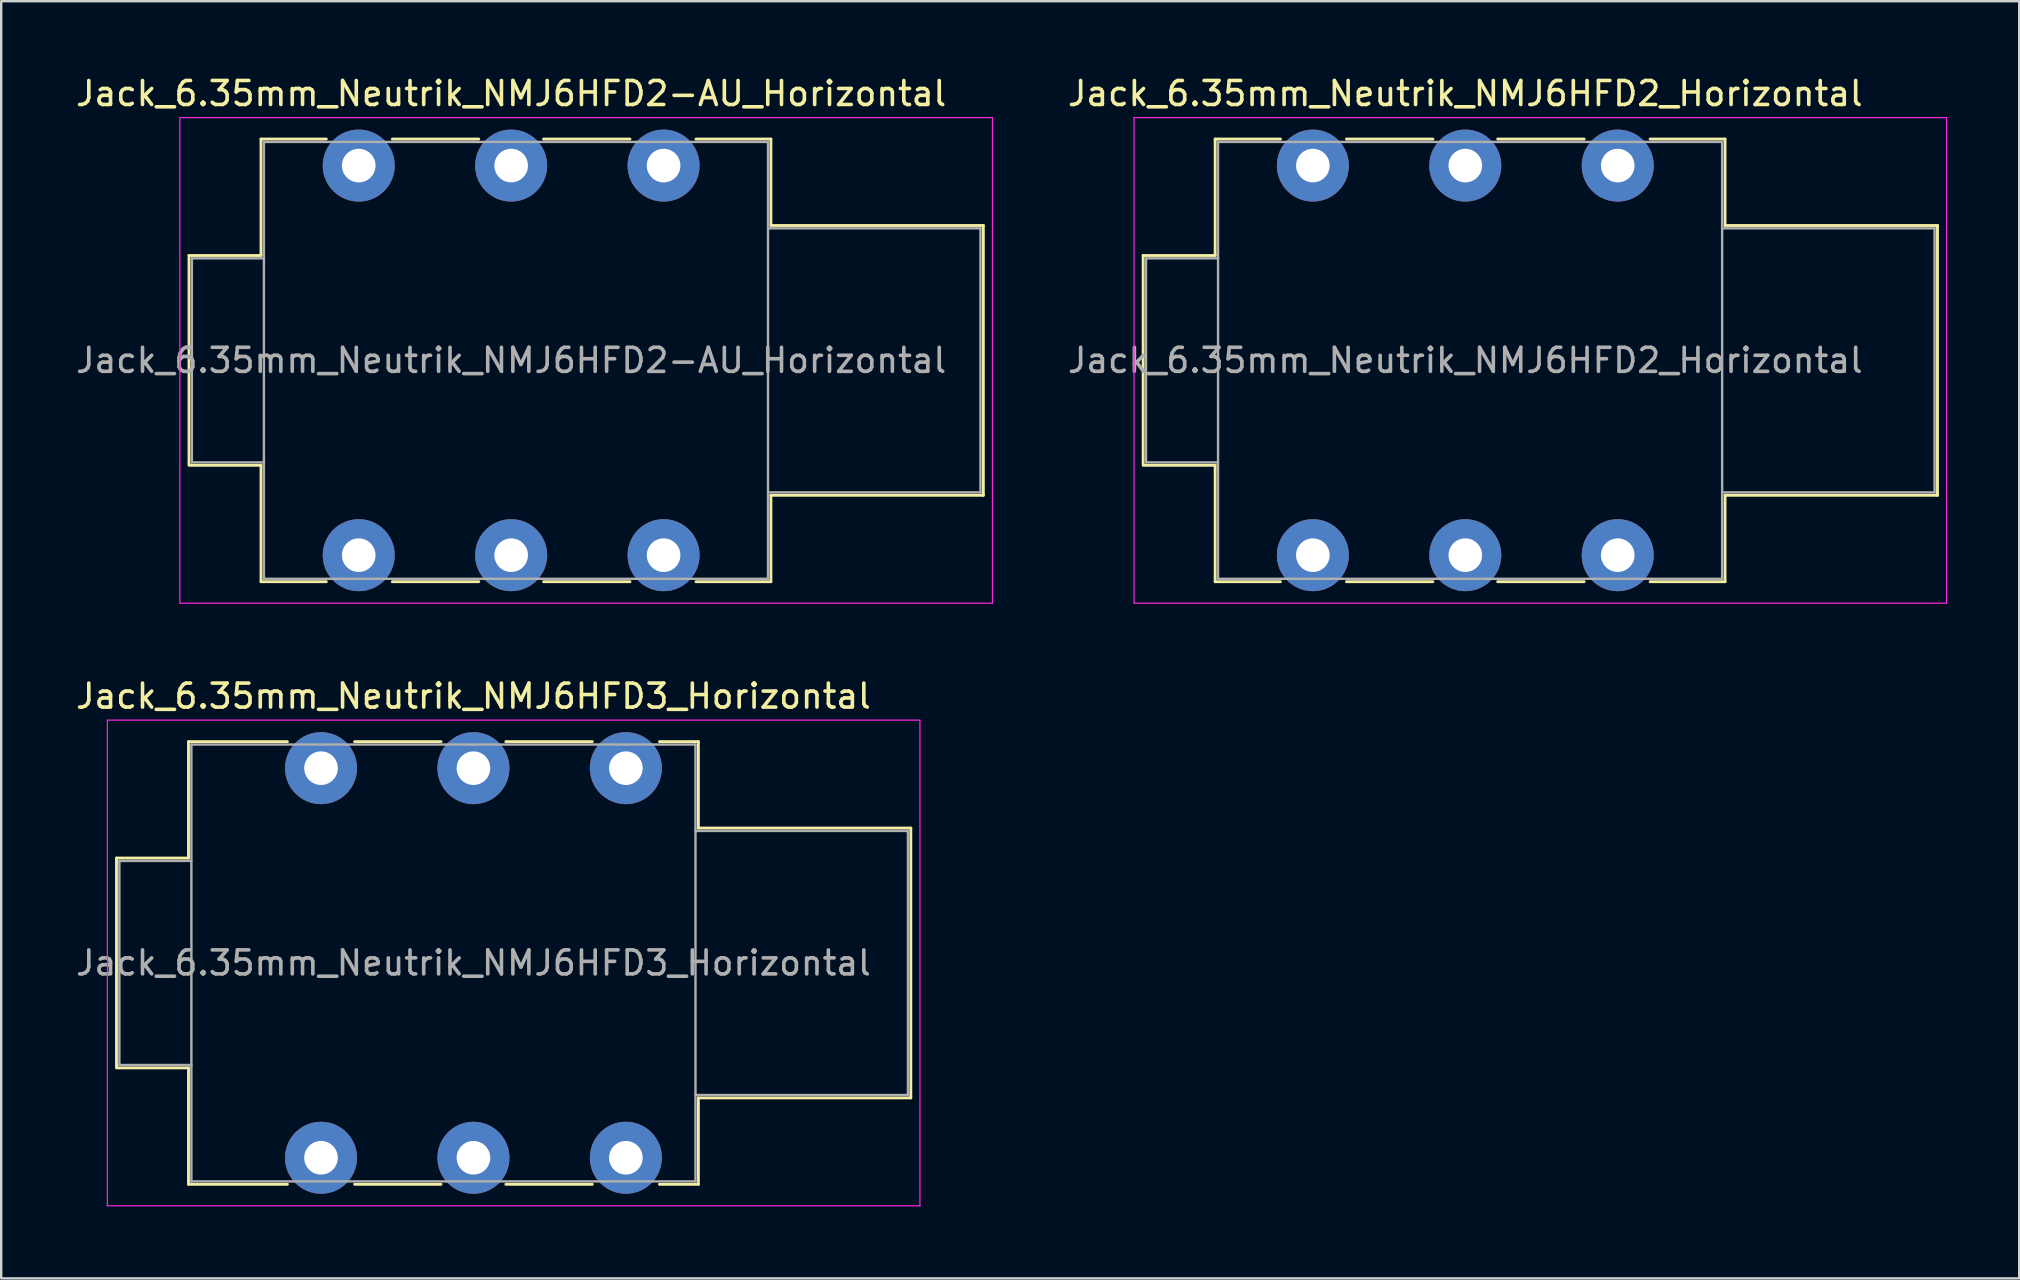
<source format=kicad_pcb>
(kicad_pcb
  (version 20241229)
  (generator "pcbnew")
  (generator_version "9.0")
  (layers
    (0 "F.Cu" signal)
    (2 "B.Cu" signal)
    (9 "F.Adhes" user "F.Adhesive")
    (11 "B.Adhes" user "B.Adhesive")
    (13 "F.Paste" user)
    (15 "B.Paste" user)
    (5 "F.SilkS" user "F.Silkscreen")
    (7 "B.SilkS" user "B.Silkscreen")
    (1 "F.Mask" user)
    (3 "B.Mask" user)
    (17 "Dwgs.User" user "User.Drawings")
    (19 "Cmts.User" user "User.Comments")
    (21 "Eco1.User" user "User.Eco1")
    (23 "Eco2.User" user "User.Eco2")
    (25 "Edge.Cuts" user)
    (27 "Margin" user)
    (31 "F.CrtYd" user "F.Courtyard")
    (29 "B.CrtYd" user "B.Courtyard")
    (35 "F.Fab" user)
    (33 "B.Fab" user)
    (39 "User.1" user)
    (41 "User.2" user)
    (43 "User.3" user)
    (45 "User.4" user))
  (footprint "Jack_6.35mm_Neutrik_NMJ6HFD2_Horizontal"
    (layer "F.Cu")
    (at 51.642 3.848)
    (property "Reference" "Jack_6.35mm_Neutrik_NMJ6HFD2_Horizontal" (at 6.35 -3 0) (layer "F.SilkS") (effects (font (size 1 1) (thickness 0.15))))
    (attr through_hole)
    (fp_line (start -7.07 3.745) (end -4.07 3.745) (stroke (width 0.12) (type solid)) (layer "F.SilkS"))
    (fp_line (start -7.07 12.445) (end -7.07 3.745) (stroke (width 0.12) (type solid)) (layer "F.SilkS"))
    (fp_line (start -7.07 12.485) (end -4.07 12.485) (stroke (width 0.12) (type solid)) (layer "F.SilkS"))
    (fp_line (start -4.07 -1.105) (end -1.35 -1.105) (stroke (width 0.12) (type solid)) (layer "F.SilkS"))
    (fp_line (start -4.07 3.745) (end -4.07 -1.105) (stroke (width 0.12) (type solid)) (layer "F.SilkS"))
    (fp_line (start -4.07 17.335) (end -4.07 12.485) (stroke (width 0.12) (type solid)) (layer "F.SilkS"))
    (fp_line (start -1.35 17.335) (end -4.07 17.335) (stroke (width 0.12) (type solid)) (layer "F.SilkS"))
    (fp_line (start 1.4 -1.105) (end 5 -1.105) (stroke (width 0.12) (type solid)) (layer "F.SilkS"))
    (fp_line (start 5 17.335) (end 1.4 17.335) (stroke (width 0.12) (type solid)) (layer "F.SilkS"))
    (fp_line (start 7.7 -1.105) (end 11.3 -1.105) (stroke (width 0.12) (type solid)) (layer "F.SilkS"))
    (fp_line (start 11.3 17.335) (end 7.7 17.335) (stroke (width 0.12) (type solid)) (layer "F.SilkS"))
    (fp_line (start 17.17 -1.105) (end 14.05 -1.105) (stroke (width 0.12) (type solid)) (layer "F.SilkS"))
    (fp_line (start 17.17 2.495) (end 17.17 -1.105) (stroke (width 0.12) (type solid)) (layer "F.SilkS"))
    (fp_line (start 17.17 2.495) (end 26.02 2.495) (stroke (width 0.12) (type solid)) (layer "F.SilkS"))
    (fp_line (start 17.17 13.735) (end 26.02 13.735) (stroke (width 0.12) (type solid)) (layer "F.SilkS"))
    (fp_line (start 17.17 17.335) (end 14.05 17.335) (stroke (width 0.12) (type solid)) (layer "F.SilkS"))
    (fp_line (start 17.17 17.335) (end 17.17 13.735) (stroke (width 0.12) (type solid)) (layer "F.SilkS"))
    (fp_line (start 26.02 13.735) (end 26.02 2.495) (stroke (width 0.12) (type solid)) (layer "F.SilkS"))
    (fp_line (start -7.45 18.23) (end -7.45 -2) (stroke (width 0.05) (type solid)) (layer "F.CrtYd"))
    (fp_line (start -7.45 18.23) (end 26.4 18.23) (stroke (width 0.05) (type solid)) (layer "F.CrtYd"))
    (fp_line (start 26.4 -2) (end -7.45 -2) (stroke (width 0.05) (type solid)) (layer "F.CrtYd"))
    (fp_line (start 26.4 18.23) (end 26.4 -2) (stroke (width 0.05) (type solid)) (layer "F.CrtYd"))
    (fp_line (start -6.95 3.865) (end -3.95 3.865) (stroke (width 0.1) (type solid)) (layer "F.Fab"))
    (fp_line (start -6.95 12.365) (end -6.95 3.865) (stroke (width 0.1) (type solid)) (layer "F.Fab"))
    (fp_line (start -6.95 12.365) (end -3.95 12.365) (stroke (width 0.1) (type solid)) (layer "F.Fab"))
    (fp_line (start -3.95 17.215) (end -3.95 -0.985) (stroke (width 0.1) (type solid)) (layer "F.Fab"))
    (fp_line (start 17.05 -0.985) (end -3.95 -0.985) (stroke (width 0.1) (type solid)) (layer "F.Fab"))
    (fp_line (start 17.05 17.215) (end -3.95 17.215) (stroke (width 0.1) (type solid)) (layer "F.Fab"))
    (fp_line (start 17.05 17.215) (end 17.05 -0.985) (stroke (width 0.1) (type solid)) (layer "F.Fab"))
    (fp_line (start 25.9 2.615) (end 17.05 2.615) (stroke (width 0.1) (type solid)) (layer "F.Fab"))
    (fp_line (start 25.9 13.615) (end 17.05 13.615) (stroke (width 0.1) (type solid)) (layer "F.Fab"))
    (fp_line (start 25.9 13.615) (end 25.9 2.615) (stroke (width 0.1) (type solid)) (layer "F.Fab"))
    (fp_text user "${REFERENCE}" (at 6.35 8.115 0) (layer "F.Fab") (effects (font (size 1 1) (thickness 0.15))))
    (pad "R" thru_hole circle (at 6.35 0) (size 3 3) (drill 1.4) (layers "*.Cu" "*.Mask"))
    (pad "RN" thru_hole circle (at 6.35 16.23) (size 3 3) (drill 1.4) (layers "*.Cu" "*.Mask"))
    (pad "S" thru_hole circle (at 12.7 0) (size 3 3) (drill 1.4) (layers "*.Cu" "*.Mask"))
    (pad "SN" thru_hole circle (at 12.7 16.23) (size 3 3) (drill 1.4) (layers "*.Cu" "*.Mask"))
    (pad "T" thru_hole circle (at 0 0) (size 3 3) (drill 1.4) (layers "*.Cu" "*.Mask"))
    (pad "TN" thru_hole circle (at 0 16.23) (size 3 3) (drill 1.4) (layers "*.Cu" "*.Mask")))
  (footprint "Jack_6.35mm_Neutrik_NMJ6HFD3_Horizontal"
    (layer "F.Cu")
    (at 10.323 28.951)
    (property "Reference" "Jack_6.35mm_Neutrik_NMJ6HFD3_Horizontal" (at 6.35 -3 0) (layer "F.SilkS") (effects (font (size 1 1) (thickness 0.15))))
    (attr through_hole)
    (fp_line (start -8.52 3.745) (end -5.52 3.745) (stroke (width 0.12) (type solid)) (layer "F.SilkS"))
    (fp_line (start -8.52 12.445) (end -8.52 3.745) (stroke (width 0.12) (type solid)) (layer "F.SilkS"))
    (fp_line (start -8.52 12.485) (end -5.52 12.485) (stroke (width 0.12) (type solid)) (layer "F.SilkS"))
    (fp_line (start -5.52 -1.105) (end -1.4 -1.105) (stroke (width 0.12) (type solid)) (layer "F.SilkS"))
    (fp_line (start -5.52 3.745) (end -5.52 -1.105) (stroke (width 0.12) (type solid)) (layer "F.SilkS"))
    (fp_line (start -5.52 17.335) (end -5.52 12.485) (stroke (width 0.12) (type solid)) (layer "F.SilkS"))
    (fp_line (start -1.4 17.335) (end -5.52 17.335) (stroke (width 0.12) (type solid)) (layer "F.SilkS"))
    (fp_line (start 1.4 -1.105) (end 5 -1.105) (stroke (width 0.12) (type solid)) (layer "F.SilkS"))
    (fp_line (start 5 17.335) (end 1.4 17.335) (stroke (width 0.12) (type solid)) (layer "F.SilkS"))
    (fp_line (start 7.7 -1.105) (end 11.3 -1.105) (stroke (width 0.12) (type solid)) (layer "F.SilkS"))
    (fp_line (start 11.3 17.335) (end 7.7 17.335) (stroke (width 0.12) (type solid)) (layer "F.SilkS"))
    (fp_line (start 15.72 -1.105) (end 14.1 -1.105) (stroke (width 0.12) (type solid)) (layer "F.SilkS"))
    (fp_line (start 15.72 2.495) (end 15.72 -1.105) (stroke (width 0.12) (type solid)) (layer "F.SilkS"))
    (fp_line (start 15.72 2.495) (end 24.57 2.495) (stroke (width 0.12) (type solid)) (layer "F.SilkS"))
    (fp_line (start 15.72 13.735) (end 24.57 13.735) (stroke (width 0.12) (type solid)) (layer "F.SilkS"))
    (fp_line (start 15.72 17.335) (end 14.1 17.335) (stroke (width 0.12) (type solid)) (layer "F.SilkS"))
    (fp_line (start 15.72 17.335) (end 15.72 13.735) (stroke (width 0.12) (type solid)) (layer "F.SilkS"))
    (fp_line (start 24.57 13.735) (end 24.57 2.495) (stroke (width 0.12) (type solid)) (layer "F.SilkS"))
    (fp_line (start -8.9 18.23) (end -8.9 -2) (stroke (width 0.05) (type solid)) (layer "F.CrtYd"))
    (fp_line (start -8.9 18.23) (end 24.95 18.23) (stroke (width 0.05) (type solid)) (layer "F.CrtYd"))
    (fp_line (start 24.95 -2) (end -8.9 -2) (stroke (width 0.05) (type solid)) (layer "F.CrtYd"))
    (fp_line (start 24.95 18.23) (end 24.95 -2) (stroke (width 0.05) (type solid)) (layer "F.CrtYd"))
    (fp_line (start -8.4 3.865) (end -5.4 3.865) (stroke (width 0.1) (type solid)) (layer "F.Fab"))
    (fp_line (start -8.4 12.365) (end -8.4 3.865) (stroke (width 0.1) (type solid)) (layer "F.Fab"))
    (fp_line (start -8.4 12.365) (end -5.4 12.365) (stroke (width 0.1) (type solid)) (layer "F.Fab"))
    (fp_line (start -5.4 17.215) (end -5.4 -0.985) (stroke (width 0.1) (type solid)) (layer "F.Fab"))
    (fp_line (start 15.6 -0.985) (end -5.4 -0.985) (stroke (width 0.1) (type solid)) (layer "F.Fab"))
    (fp_line (start 15.6 17.215) (end -5.4 17.215) (stroke (width 0.1) (type solid)) (layer "F.Fab"))
    (fp_line (start 15.6 17.215) (end 15.6 -0.985) (stroke (width 0.1) (type solid)) (layer "F.Fab"))
    (fp_line (start 24.45 2.615) (end 15.6 2.615) (stroke (width 0.1) (type solid)) (layer "F.Fab"))
    (fp_line (start 24.45 13.615) (end 15.6 13.615) (stroke (width 0.1) (type solid)) (layer "F.Fab"))
    (fp_line (start 24.45 13.615) (end 24.45 2.615) (stroke (width 0.1) (type solid)) (layer "F.Fab"))
    (fp_text user "${REFERENCE}" (at 6.35 8.115 0) (layer "F.Fab") (effects (font (size 1 1) (thickness 0.15))))
    (pad "R" thru_hole circle (at 6.35 0) (size 3 3) (drill 1.4) (layers "*.Cu" "*.Mask"))
    (pad "RN" thru_hole circle (at 6.35 16.23) (size 3 3) (drill 1.4) (layers "*.Cu" "*.Mask"))
    (pad "S" thru_hole circle (at 12.7 0) (size 3 3) (drill 1.4) (layers "*.Cu" "*.Mask"))
    (pad "SN" thru_hole circle (at 12.7 16.23) (size 3 3) (drill 1.4) (layers "*.Cu" "*.Mask"))
    (pad "T" thru_hole circle (at 0 0) (size 3 3) (drill 1.4) (layers "*.Cu" "*.Mask"))
    (pad "TN" thru_hole circle (at 0 16.23) (size 3 3) (drill 1.4) (layers "*.Cu" "*.Mask")))
  (footprint "Jack_6.35mm_Neutrik_NMJ6HFD2-AU_Horizontal"
    (layer "F.Cu")
    (at 11.894 3.848)
    (property "Reference" "Jack_6.35mm_Neutrik_NMJ6HFD2-AU_Horizontal" (at 6.35 -3 0) (layer "F.SilkS") (effects (font (size 1 1) (thickness 0.15))))
    (attr through_hole)
    (fp_line (start -7.07 3.745) (end -4.07 3.745) (stroke (width 0.12) (type solid)) (layer "F.SilkS"))
    (fp_line (start -7.07 12.445) (end -7.07 3.745) (stroke (width 0.12) (type solid)) (layer "F.SilkS"))
    (fp_line (start -7.07 12.485) (end -4.07 12.485) (stroke (width 0.12) (type solid)) (layer "F.SilkS"))
    (fp_line (start -4.07 -1.105) (end -1.35 -1.105) (stroke (width 0.12) (type solid)) (layer "F.SilkS"))
    (fp_line (start -4.07 3.745) (end -4.07 -1.105) (stroke (width 0.12) (type solid)) (layer "F.SilkS"))
    (fp_line (start -4.07 17.335) (end -4.07 12.485) (stroke (width 0.12) (type solid)) (layer "F.SilkS"))
    (fp_line (start -1.35 17.335) (end -4.07 17.335) (stroke (width 0.12) (type solid)) (layer "F.SilkS"))
    (fp_line (start 1.4 -1.105) (end 5 -1.105) (stroke (width 0.12) (type solid)) (layer "F.SilkS"))
    (fp_line (start 5 17.335) (end 1.4 17.335) (stroke (width 0.12) (type solid)) (layer "F.SilkS"))
    (fp_line (start 7.7 -1.105) (end 11.3 -1.105) (stroke (width 0.12) (type solid)) (layer "F.SilkS"))
    (fp_line (start 11.3 17.335) (end 7.7 17.335) (stroke (width 0.12) (type solid)) (layer "F.SilkS"))
    (fp_line (start 17.17 -1.105) (end 14.05 -1.105) (stroke (width 0.12) (type solid)) (layer "F.SilkS"))
    (fp_line (start 17.17 2.495) (end 17.17 -1.105) (stroke (width 0.12) (type solid)) (layer "F.SilkS"))
    (fp_line (start 17.17 2.495) (end 26.02 2.495) (stroke (width 0.12) (type solid)) (layer "F.SilkS"))
    (fp_line (start 17.17 13.735) (end 26.02 13.735) (stroke (width 0.12) (type solid)) (layer "F.SilkS"))
    (fp_line (start 17.17 17.335) (end 14.05 17.335) (stroke (width 0.12) (type solid)) (layer "F.SilkS"))
    (fp_line (start 17.17 17.335) (end 17.17 13.735) (stroke (width 0.12) (type solid)) (layer "F.SilkS"))
    (fp_line (start 26.02 13.735) (end 26.02 2.495) (stroke (width 0.12) (type solid)) (layer "F.SilkS"))
    (fp_line (start -7.45 18.23) (end -7.45 -2) (stroke (width 0.05) (type solid)) (layer "F.CrtYd"))
    (fp_line (start -7.45 18.23) (end 26.4 18.23) (stroke (width 0.05) (type solid)) (layer "F.CrtYd"))
    (fp_line (start 26.4 -2) (end -7.45 -2) (stroke (width 0.05) (type solid)) (layer "F.CrtYd"))
    (fp_line (start 26.4 18.23) (end 26.4 -2) (stroke (width 0.05) (type solid)) (layer "F.CrtYd"))
    (fp_line (start -6.95 3.865) (end -3.95 3.865) (stroke (width 0.1) (type solid)) (layer "F.Fab"))
    (fp_line (start -6.95 12.365) (end -6.95 3.865) (stroke (width 0.1) (type solid)) (layer "F.Fab"))
    (fp_line (start -6.95 12.365) (end -3.95 12.365) (stroke (width 0.1) (type solid)) (layer "F.Fab"))
    (fp_line (start -3.95 17.215) (end -3.95 -0.985) (stroke (width 0.1) (type solid)) (layer "F.Fab"))
    (fp_line (start 17.05 -0.985) (end -3.95 -0.985) (stroke (width 0.1) (type solid)) (layer "F.Fab"))
    (fp_line (start 17.05 17.215) (end -3.95 17.215) (stroke (width 0.1) (type solid)) (layer "F.Fab"))
    (fp_line (start 17.05 17.215) (end 17.05 -0.985) (stroke (width 0.1) (type solid)) (layer "F.Fab"))
    (fp_line (start 25.9 2.615) (end 17.05 2.615) (stroke (width 0.1) (type solid)) (layer "F.Fab"))
    (fp_line (start 25.9 13.615) (end 17.05 13.615) (stroke (width 0.1) (type solid)) (layer "F.Fab"))
    (fp_line (start 25.9 13.615) (end 25.9 2.615) (stroke (width 0.1) (type solid)) (layer "F.Fab"))
    (fp_text user "${REFERENCE}" (at 6.35 8.115 0) (layer "F.Fab") (effects (font (size 1 1) (thickness 0.15))))
    (pad "R" thru_hole circle (at 6.35 0) (size 3 3) (drill 1.4) (layers "*.Cu" "*.Mask"))
    (pad "RN" thru_hole circle (at 6.35 16.23) (size 3 3) (drill 1.4) (layers "*.Cu" "*.Mask"))
    (pad "S" thru_hole circle (at 12.7 0) (size 3 3) (drill 1.4) (layers "*.Cu" "*.Mask"))
    (pad "SN" thru_hole circle (at 12.7 16.23) (size 3 3) (drill 1.4) (layers "*.Cu" "*.Mask"))
    (pad "T" thru_hole circle (at 0 0) (size 3 3) (drill 1.4) (layers "*.Cu" "*.Mask"))
    (pad "TN" thru_hole circle (at 0 16.23) (size 3 3) (drill 1.4) (layers "*.Cu" "*.Mask")))
  (gr_rect
    (start -3 -3)
    (end 81.067 50.206)
    (stroke (width 0.1) (type default))
    (fill no)
    (layer "Edge.Cuts")))
</source>
